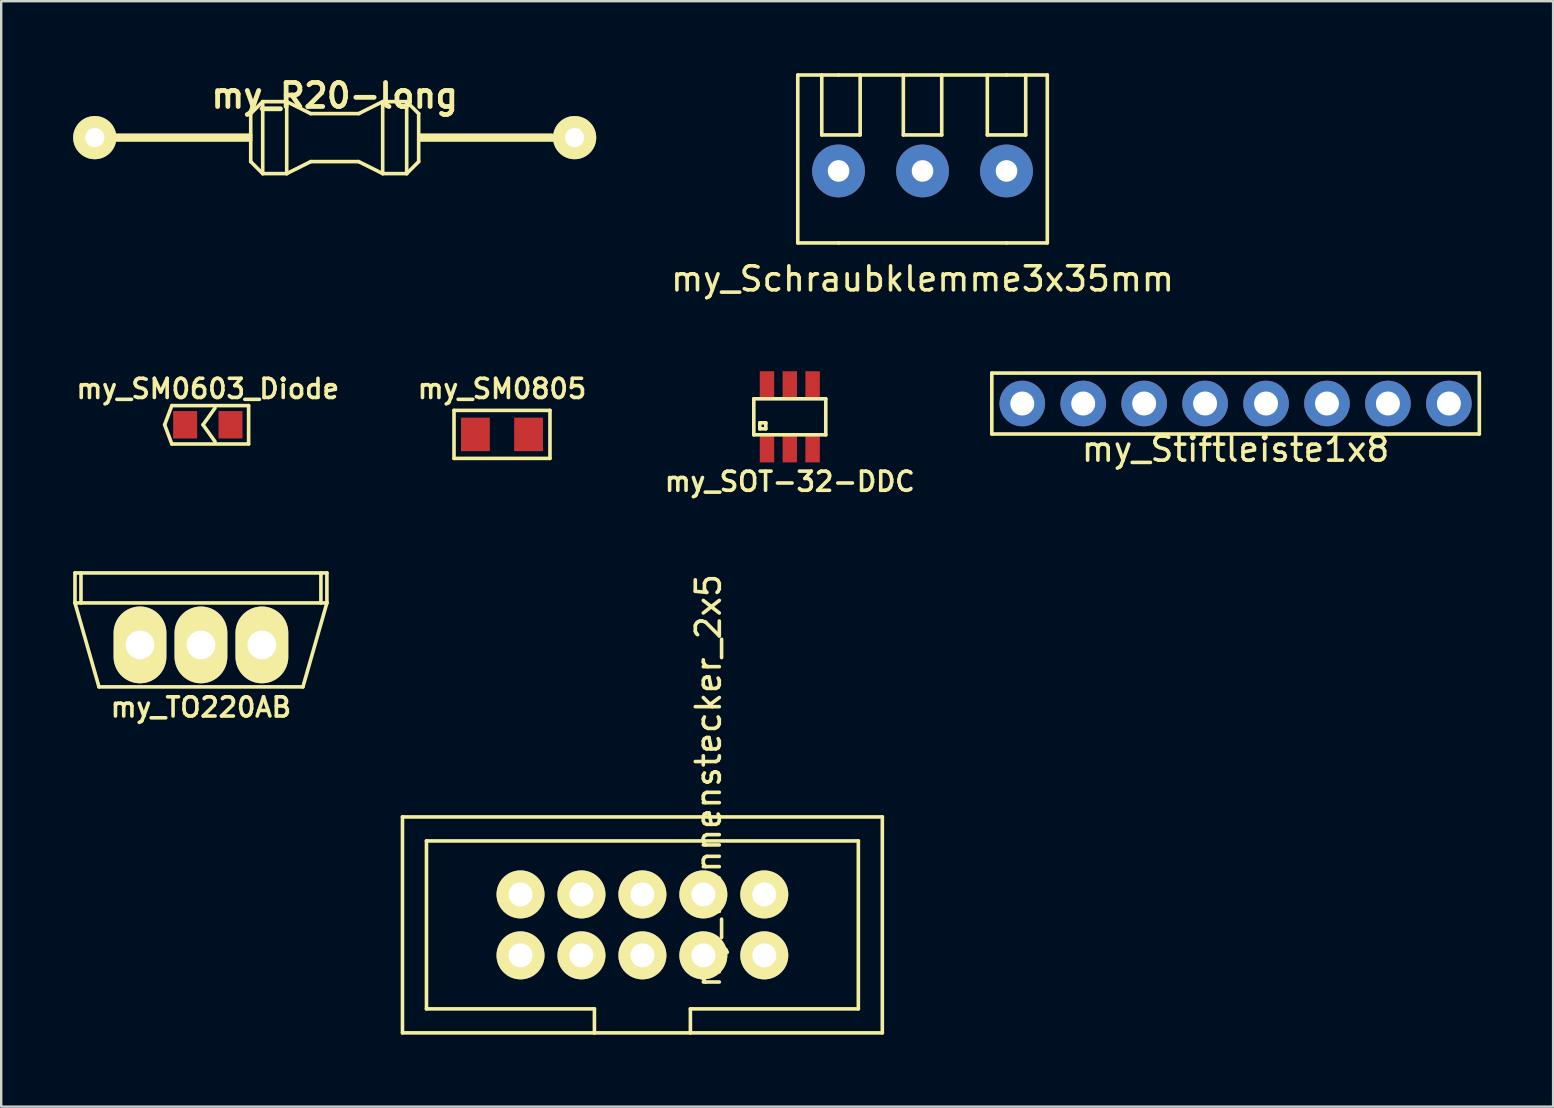
<source format=kicad_pcb>
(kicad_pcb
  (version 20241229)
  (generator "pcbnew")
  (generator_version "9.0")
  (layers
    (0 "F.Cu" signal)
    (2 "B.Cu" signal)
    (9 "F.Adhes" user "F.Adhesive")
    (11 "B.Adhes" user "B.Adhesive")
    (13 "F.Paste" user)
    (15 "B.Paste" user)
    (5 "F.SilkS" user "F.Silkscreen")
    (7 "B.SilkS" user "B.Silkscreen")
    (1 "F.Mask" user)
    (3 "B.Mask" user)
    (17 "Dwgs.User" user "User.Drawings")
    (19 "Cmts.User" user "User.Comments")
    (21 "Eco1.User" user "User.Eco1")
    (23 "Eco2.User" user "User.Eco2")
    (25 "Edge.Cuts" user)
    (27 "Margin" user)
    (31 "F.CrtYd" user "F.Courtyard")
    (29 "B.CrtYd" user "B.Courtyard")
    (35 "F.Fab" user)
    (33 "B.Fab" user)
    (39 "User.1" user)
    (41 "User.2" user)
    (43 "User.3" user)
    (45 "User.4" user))
  (footprint "my_SOT-32-DDC"
    (layer "F.Cu")
    (at 29.868 14.323)
    (property "Reference" "my_SOT-32-DDC" (at 0 2.7 0) (layer "F.SilkS") (effects (font (size 0.8 0.8) (thickness 0.15))))
    (attr through_hole)
    (fp_line (start -1.5 -0.75) (end -1.5 0.75) (stroke (width 0.15) (type solid)) (layer "F.SilkS"))
    (fp_line (start -1.5 0.75) (end 1.5 0.75) (stroke (width 0.15) (type solid)) (layer "F.SilkS"))
    (fp_line (start -1.25 0.25) (end -1.25 0.5) (stroke (width 0.15) (type solid)) (layer "F.SilkS"))
    (fp_line (start -1.25 0.5) (end -1 0.5) (stroke (width 0.15) (type solid)) (layer "F.SilkS"))
    (fp_line (start -1 0.25) (end -1.25 0.25) (stroke (width 0.15) (type solid)) (layer "F.SilkS"))
    (fp_line (start -1 0.5) (end -1 0.25) (stroke (width 0.15) (type solid)) (layer "F.SilkS"))
    (fp_line (start 1.5 -0.75) (end -1.5 -0.75) (stroke (width 0.15) (type solid)) (layer "F.SilkS"))
    (fp_line (start 1.5 0.75) (end 1.5 -0.75) (stroke (width 0.15) (type solid)) (layer "F.SilkS"))
    (pad "1" smd rect (at -0.95 1.35) (size 0.6 1.1) (layers "F.Cu" "F.Mask" "F.Paste"))
    (pad "2" smd rect (at 0 1.35) (size 0.6 1.1) (layers "F.Cu" "F.Mask" "F.Paste"))
    (pad "3" smd rect (at 0.95 1.35) (size 0.6 1.1) (layers "F.Cu" "F.Mask" "F.Paste"))
    (pad "4" smd rect (at 0.95 -1.35) (size 0.6 1.1) (layers "F.Cu" "F.Mask" "F.Paste"))
    (pad "5" smd rect (at 0 -1.35) (size 0.6 1.1) (layers "F.Cu" "F.Mask" "F.Paste"))
    (pad "6" smd rect (at -0.95 -1.35) (size 0.6 1.1) (layers "F.Cu" "F.Mask" "F.Paste")))
  (footprint "my_Stiftleiste1x8"
    (layer "F.Cu")
    (at 48.448 13.768)
    (property "Reference" "my_Stiftleiste1x8" (at 0 1.905 0) (layer "F.SilkS") (effects (font (size 1 1) (thickness 0.15))))
    (attr through_hole)
    (fp_line (start -10.16 -1.27) (end 10.16 -1.27) (stroke (width 0.15) (type solid)) (layer "F.SilkS"))
    (fp_line (start -10.16 1.27) (end -10.16 -1.27) (stroke (width 0.15) (type solid)) (layer "F.SilkS"))
    (fp_line (start 10.16 -1.27) (end 10.16 1.27) (stroke (width 0.15) (type solid)) (layer "F.SilkS"))
    (fp_line (start 10.16 1.27) (end -10.16 1.27) (stroke (width 0.15) (type solid)) (layer "F.SilkS"))
    (pad "1" thru_hole circle (at -8.89 0) (size 1.9 1.9) (drill 1) (layers "*.Cu" "*.Mask"))
    (pad "2" thru_hole circle (at -6.35 0) (size 1.9 1.9) (drill 1) (layers "*.Cu" "*.Mask"))
    (pad "3" thru_hole circle (at -3.81 0) (size 1.9 1.9) (drill 1) (layers "*.Cu" "*.Mask"))
    (pad "4" thru_hole circle (at -1.27 0) (size 1.9 1.9) (drill 1) (layers "*.Cu" "*.Mask"))
    (pad "5" thru_hole circle (at 1.27 0) (size 1.9 1.9) (drill 1) (layers "*.Cu" "*.Mask"))
    (pad "6" thru_hole circle (at 3.81 0) (size 1.9 1.9) (drill 1) (layers "*.Cu" "*.Mask"))
    (pad "7" thru_hole circle (at 6.35 0) (size 1.9 1.9) (drill 1) (layers "*.Cu" "*.Mask"))
    (pad "8" thru_hole circle (at 8.89 0) (size 1.9 1.9) (drill 1) (layers "*.Cu" "*.Mask")))
  (footprint "my_SM0805"
    (layer "F.Cu")
    (at 17.873 15.055)
    (property "Reference" "my_SM0805" (at 0 -1.9 0) (layer "F.SilkS") (effects (font (size 0.8 0.8) (thickness 0.15))))
    (attr smd)
    (fp_line (start -2 -1) (end 2 -1) (stroke (width 0.15) (type solid)) (layer "F.SilkS"))
    (fp_line (start -2 1) (end -2 -1) (stroke (width 0.15) (type solid)) (layer "F.SilkS"))
    (fp_line (start 2 -1) (end 2 1) (stroke (width 0.15) (type solid)) (layer "F.SilkS"))
    (fp_line (start 2 1) (end -2 1) (stroke (width 0.15) (type solid)) (layer "F.SilkS"))
    (pad "1" smd rect (at -1.108 0) (size 1.2 1.397) (layers "F.Cu" "F.Mask" "F.Paste"))
    (pad "2" smd rect (at 1.108 0) (size 1.2 1.397) (layers "F.Cu" "F.Mask" "F.Paste")))
  (footprint "my_SM0603_Diode"
    (layer "F.Cu")
    (at 5.612 14.655)
    (property "Reference" "my_SM0603_Diode" (at 0 -1.5 0) (layer "F.SilkS") (effects (font (size 0.8 0.8) (thickness 0.15))))
    (attr smd)
    (fp_line (start -1.8 0) (end -1.5 0.8) (stroke (width 0.15) (type solid)) (layer "F.SilkS"))
    (fp_line (start -1.5 -0.8) (end -1.8 0) (stroke (width 0.15) (type solid)) (layer "F.SilkS"))
    (fp_line (start -1.5 0.8) (end 1.7 0.8) (stroke (width 0.15) (type solid)) (layer "F.SilkS"))
    (fp_line (start -0.2 0) (end 0.3 0.7) (stroke (width 0.15) (type solid)) (layer "F.SilkS"))
    (fp_line (start 0.3 -0.7) (end -0.2 0) (stroke (width 0.15) (type solid)) (layer "F.SilkS"))
    (fp_line (start 1.7 -0.8) (end -1.5 -0.8) (stroke (width 0.15) (type solid)) (layer "F.SilkS"))
    (fp_line (start 1.7 -0.8) (end 1.7 0.8) (stroke (width 0.15) (type solid)) (layer "F.SilkS"))
    (pad "1" smd rect (at -0.945 0) (size 1 1.143) (layers "F.Cu" "F.Mask" "F.Paste"))
    (pad "2" smd rect (at 0.945 0) (size 1 1.143) (layers "F.Cu" "F.Mask" "F.Paste")))
  (footprint "my_Schraubklemme3x35mm"
    (layer "F.Cu")
    (at 35.401 4.075)
    (property "Reference" "my_Schraubklemme3x35mm" (at 0 4.5 0) (layer "F.SilkS") (effects (font (size 1 1) (thickness 0.15))))
    (attr through_hole)
    (fp_line (start -5.2 -4) (end -3.5 -4) (stroke (width 0.15) (type solid)) (layer "F.SilkS"))
    (fp_line (start -5.2 3) (end -5.2 -4) (stroke (width 0.15) (type solid)) (layer "F.SilkS"))
    (fp_line (start -4.2 -4) (end -4.2 -1.5) (stroke (width 0.15) (type solid)) (layer "F.SilkS"))
    (fp_line (start -4.2 -1.5) (end -2.6 -1.5) (stroke (width 0.15) (type solid)) (layer "F.SilkS"))
    (fp_line (start -3.5 3) (end -5.2 3) (stroke (width 0.15) (type solid)) (layer "F.SilkS"))
    (fp_line (start -3.5 3) (end 3.5 3) (stroke (width 0.15) (type solid)) (layer "F.SilkS"))
    (fp_line (start -2.6 -1.5) (end -2.6 -4) (stroke (width 0.15) (type solid)) (layer "F.SilkS"))
    (fp_line (start -0.8 -1.5) (end -0.8 -4) (stroke (width 0.15) (type solid)) (layer "F.SilkS"))
    (fp_line (start 0.8 -4) (end 0.8 -1.5) (stroke (width 0.15) (type solid)) (layer "F.SilkS"))
    (fp_line (start 0.8 -1.5) (end -0.8 -1.5) (stroke (width 0.15) (type solid)) (layer "F.SilkS"))
    (fp_line (start 2.7 -4) (end 2.7 -1.5) (stroke (width 0.15) (type solid)) (layer "F.SilkS"))
    (fp_line (start 2.7 -1.5) (end 4.3 -1.5) (stroke (width 0.15) (type solid)) (layer "F.SilkS"))
    (fp_line (start 3.5 -4) (end -3.5 -4) (stroke (width 0.15) (type solid)) (layer "F.SilkS"))
    (fp_line (start 3.5 -4) (end 5.2 -4) (stroke (width 0.15) (type solid)) (layer "F.SilkS"))
    (fp_line (start 4.3 -1.5) (end 4.3 -4) (stroke (width 0.15) (type solid)) (layer "F.SilkS"))
    (fp_line (start 5.2 -4) (end 5.2 3) (stroke (width 0.15) (type solid)) (layer "F.SilkS"))
    (fp_line (start 5.2 3) (end 3.5 3) (stroke (width 0.15) (type solid)) (layer "F.SilkS"))
    (pad "1" thru_hole circle (at 3.5 0) (size 2.2 2.2) (drill 0.9) (layers "*.Cu" "*.Mask"))
    (pad "2" thru_hole circle (at 0 0) (size 2.2 2.2) (drill 0.9) (layers "*.Cu" "*.Mask"))
    (pad "3" thru_hole circle (at -3.5 0) (size 2.2 2.2) (drill 0.9) (layers "*.Cu" "*.Mask")))
  (footprint "my_wannenstecker_2x5"
    (layer "F.Cu")
    (at 23.725 35.499)
    (property "Reference" "my_wannenstecker_2x5" (at 2.75 -6 270) (layer "F.SilkS") (effects (font (size 1 1) (thickness 0.15))))
    (attr through_hole)
    (fp_line (start -10 -4.5) (end 10 -4.5) (stroke (width 0.15) (type solid)) (layer "F.SilkS"))
    (fp_line (start -10 4.5) (end -10 -4.5) (stroke (width 0.15) (type solid)) (layer "F.SilkS"))
    (fp_line (start -9 -3.5) (end 9 -3.5) (stroke (width 0.15) (type solid)) (layer "F.SilkS"))
    (fp_line (start -9 3.5) (end -9 -3.5) (stroke (width 0.15) (type solid)) (layer "F.SilkS"))
    (fp_line (start -2 3.5) (end -9 3.5) (stroke (width 0.15) (type solid)) (layer "F.SilkS"))
    (fp_line (start -2 4.5) (end -10 4.5) (stroke (width 0.15) (type solid)) (layer "F.SilkS"))
    (fp_line (start -2 4.5) (end -2 3.5) (stroke (width 0.15) (type solid)) (layer "F.SilkS"))
    (fp_line (start -2 4.5) (end 2 4.5) (stroke (width 0.15) (type solid)) (layer "F.SilkS"))
    (fp_line (start 2 3.5) (end 2 4.5) (stroke (width 0.15) (type solid)) (layer "F.SilkS"))
    (fp_line (start 9 -3.5) (end 9 3.5) (stroke (width 0.15) (type solid)) (layer "F.SilkS"))
    (fp_line (start 9 3.5) (end 2 3.5) (stroke (width 0.15) (type solid)) (layer "F.SilkS"))
    (fp_line (start 10 -4.5) (end 10 4.5) (stroke (width 0.15) (type solid)) (layer "F.SilkS"))
    (fp_line (start 10 4.5) (end 2 4.5) (stroke (width 0.15) (type solid)) (layer "F.SilkS"))
    (pad "1" thru_hole circle (at -5.08 1.27) (size 2 2) (drill 1) (layers "*.Cu" "*.Mask" "F.SilkS"))
    (pad "2" thru_hole circle (at -5.08 -1.27) (size 2 2) (drill 1) (layers "*.Cu" "*.Mask" "F.SilkS"))
    (pad "3" thru_hole circle (at -2.54 1.27) (size 2 2) (drill 1) (layers "*.Cu" "*.Mask" "F.SilkS"))
    (pad "3" thru_hole circle (at 2.54 1.27) (size 2 2) (drill 1) (layers "*.Cu" "*.Mask" "F.SilkS"))
    (pad "4" thru_hole circle (at -2.54 -1.27) (size 2 2) (drill 1) (layers "*.Cu" "*.Mask" "F.SilkS"))
    (pad "4" thru_hole circle (at 2.54 -1.27) (size 2 2) (drill 1) (layers "*.Cu" "*.Mask" "F.SilkS"))
    (pad "5" thru_hole circle (at 0 1.27) (size 2 2) (drill 1) (layers "*.Cu" "*.Mask" "F.SilkS"))
    (pad "5" thru_hole circle (at 5.08 1.27) (size 2 2) (drill 1) (layers "*.Cu" "*.Mask" "F.SilkS"))
    (pad "6" thru_hole circle (at 0 -1.27) (size 2 2) (drill 1) (layers "*.Cu" "*.Mask" "F.SilkS"))
    (pad "6" thru_hole circle (at 5.08 -1.27) (size 2 2) (drill 1) (layers "*.Cu" "*.Mask" "F.SilkS")))
  (footprint "my_R20-long"
    (layer "F.Cu")
    (at 10.9 2.686)
    (property "Reference" "my_R20-long" (at 0 -1.75 0) (layer "F.SilkS") (effects (font (size 1 1) (thickness 0.2))))
    (attr through_hole)
    (fp_line (start -10 -0.1) (end -10 0.1) (stroke (width 0.15) (type solid)) (layer "F.SilkS"))
    (fp_line (start -9.1 0.1) (end -3.5 0.1) (stroke (width 0.15) (type solid)) (layer "F.SilkS"))
    (fp_line (start -3.5 -1) (end -3.5 1) (stroke (width 0.15) (type solid)) (layer "F.SilkS"))
    (fp_line (start -3.5 -0.1) (end -9.1 -0.1) (stroke (width 0.15) (type solid)) (layer "F.SilkS"))
    (fp_line (start -3.5 0) (end -9.1 0) (stroke (width 0.15) (type solid)) (layer "F.SilkS"))
    (fp_line (start -3.5 1) (end -3 1.5) (stroke (width 0.15) (type solid)) (layer "F.SilkS"))
    (fp_line (start -3 -1.5) (end -3.5 -1) (stroke (width 0.15) (type solid)) (layer "F.SilkS"))
    (fp_line (start -3 -1.5) (end -2 -1.5) (stroke (width 0.15) (type solid)) (layer "F.SilkS"))
    (fp_line (start -3 1.5) (end -3 -1.5) (stroke (width 0.15) (type solid)) (layer "F.SilkS"))
    (fp_line (start -2 -1.5) (end -2 1.5) (stroke (width 0.15) (type solid)) (layer "F.SilkS"))
    (fp_line (start -2 -1.5) (end -1 -1) (stroke (width 0.15) (type solid)) (layer "F.SilkS"))
    (fp_line (start -2 1.5) (end -3 1.5) (stroke (width 0.15) (type solid)) (layer "F.SilkS"))
    (fp_line (start -1 -1) (end 1 -1) (stroke (width 0.15) (type solid)) (layer "F.SilkS"))
    (fp_line (start -1 1) (end -2 1.5) (stroke (width 0.15) (type solid)) (layer "F.SilkS"))
    (fp_line (start 1 -1) (end 2 -1.5) (stroke (width 0.15) (type solid)) (layer "F.SilkS"))
    (fp_line (start 1 1) (end -1 1) (stroke (width 0.15) (type solid)) (layer "F.SilkS"))
    (fp_line (start 2 -1.5) (end 2 1.5) (stroke (width 0.15) (type solid)) (layer "F.SilkS"))
    (fp_line (start 2 -1.5) (end 3 -1.5) (stroke (width 0.15) (type solid)) (layer "F.SilkS"))
    (fp_line (start 2 1.5) (end 1 1) (stroke (width 0.15) (type solid)) (layer "F.SilkS"))
    (fp_line (start 3 -1.5) (end 3 1.5) (stroke (width 0.15) (type solid)) (layer "F.SilkS"))
    (fp_line (start 3 1.5) (end 2 1.5) (stroke (width 0.15) (type solid)) (layer "F.SilkS"))
    (fp_line (start 3 1.5) (end 3.5 1) (stroke (width 0.15) (type solid)) (layer "F.SilkS"))
    (fp_line (start 3.5 -1) (end 3 -1.5) (stroke (width 0.15) (type solid)) (layer "F.SilkS"))
    (fp_line (start 3.5 1) (end 3.5 -1) (stroke (width 0.15) (type solid)) (layer "F.SilkS"))
    (fp_line (start 3.55 -0.1) (end 9.05 -0.1) (stroke (width 0.15) (type solid)) (layer "F.SilkS"))
    (fp_line (start 3.6 0) (end 9.1 0) (stroke (width 0.15) (type solid)) (layer "F.SilkS"))
    (fp_line (start 9.1 0.1) (end 3.5 0.1) (stroke (width 0.15) (type solid)) (layer "F.SilkS"))
    (fp_line (start 10 -0.1) (end 10 0.1) (stroke (width 0.15) (type solid)) (layer "F.SilkS"))
    (pad "1" thru_hole circle (at -10 0) (size 1.8 1.8) (drill 0.8) (layers "*.Cu" "*.Mask" "F.SilkS"))
    (pad "2" thru_hole circle (at 10 0) (size 1.8 1.8) (drill 0.8) (layers "*.Cu" "*.Mask" "F.SilkS")))
  (footprint "my_TO220AB"
    (layer "F.Cu")
    (at 5.325 23.829)
    (property "Reference" "my_TO220AB" (at 0 2.6 0) (layer "F.SilkS") (effects (font (size 0.8 0.8) (thickness 0.15))))
    (attr through_hole)
    (fp_line (start -5.25 -3) (end -5.25 -1.75) (stroke (width 0.15) (type solid)) (layer "F.SilkS"))
    (fp_line (start -5.25 -3) (end 5.25 -3) (stroke (width 0.15) (type solid)) (layer "F.SilkS"))
    (fp_line (start -5.25 -1.75) (end -4.25 1.75) (stroke (width 0.15) (type solid)) (layer "F.SilkS"))
    (fp_line (start -5.25 -1.75) (end 5.25 -1.75) (stroke (width 0.15) (type solid)) (layer "F.SilkS"))
    (fp_line (start -5 -3) (end -5 -1.75) (stroke (width 0.15) (type solid)) (layer "F.SilkS"))
    (fp_line (start -4.25 1.75) (end 4.25 1.75) (stroke (width 0.15) (type solid)) (layer "F.SilkS"))
    (fp_line (start 4.25 1.75) (end 5.25 -1.75) (stroke (width 0.15) (type solid)) (layer "F.SilkS"))
    (fp_line (start 5 -3) (end 5 -1.75) (stroke (width 0.15) (type solid)) (layer "F.SilkS"))
    (fp_line (start 5.25 -1.75) (end 5.25 -3) (stroke (width 0.15) (type solid)) (layer "F.SilkS"))
    (pad "1" thru_hole oval (at -2.54 0) (size 2.2 3.2) (drill 1.2) (layers "*.Cu" "*.Mask" "F.SilkS"))
    (pad "2" thru_hole oval (at 0 0) (size 2.2 3.2) (drill 1.2) (layers "*.Cu" "*.Mask" "F.SilkS"))
    (pad "3" thru_hole oval (at 2.54 0) (size 2.2 3.2) (drill 1.2) (layers "*.Cu" "*.Mask" "F.SilkS")))
  (gr_rect
    (start -3 -3)
    (end 61.683 43.074)
    (stroke (width 0.1) (type default))
    (fill no)
    (layer "Edge.Cuts")))
</source>
